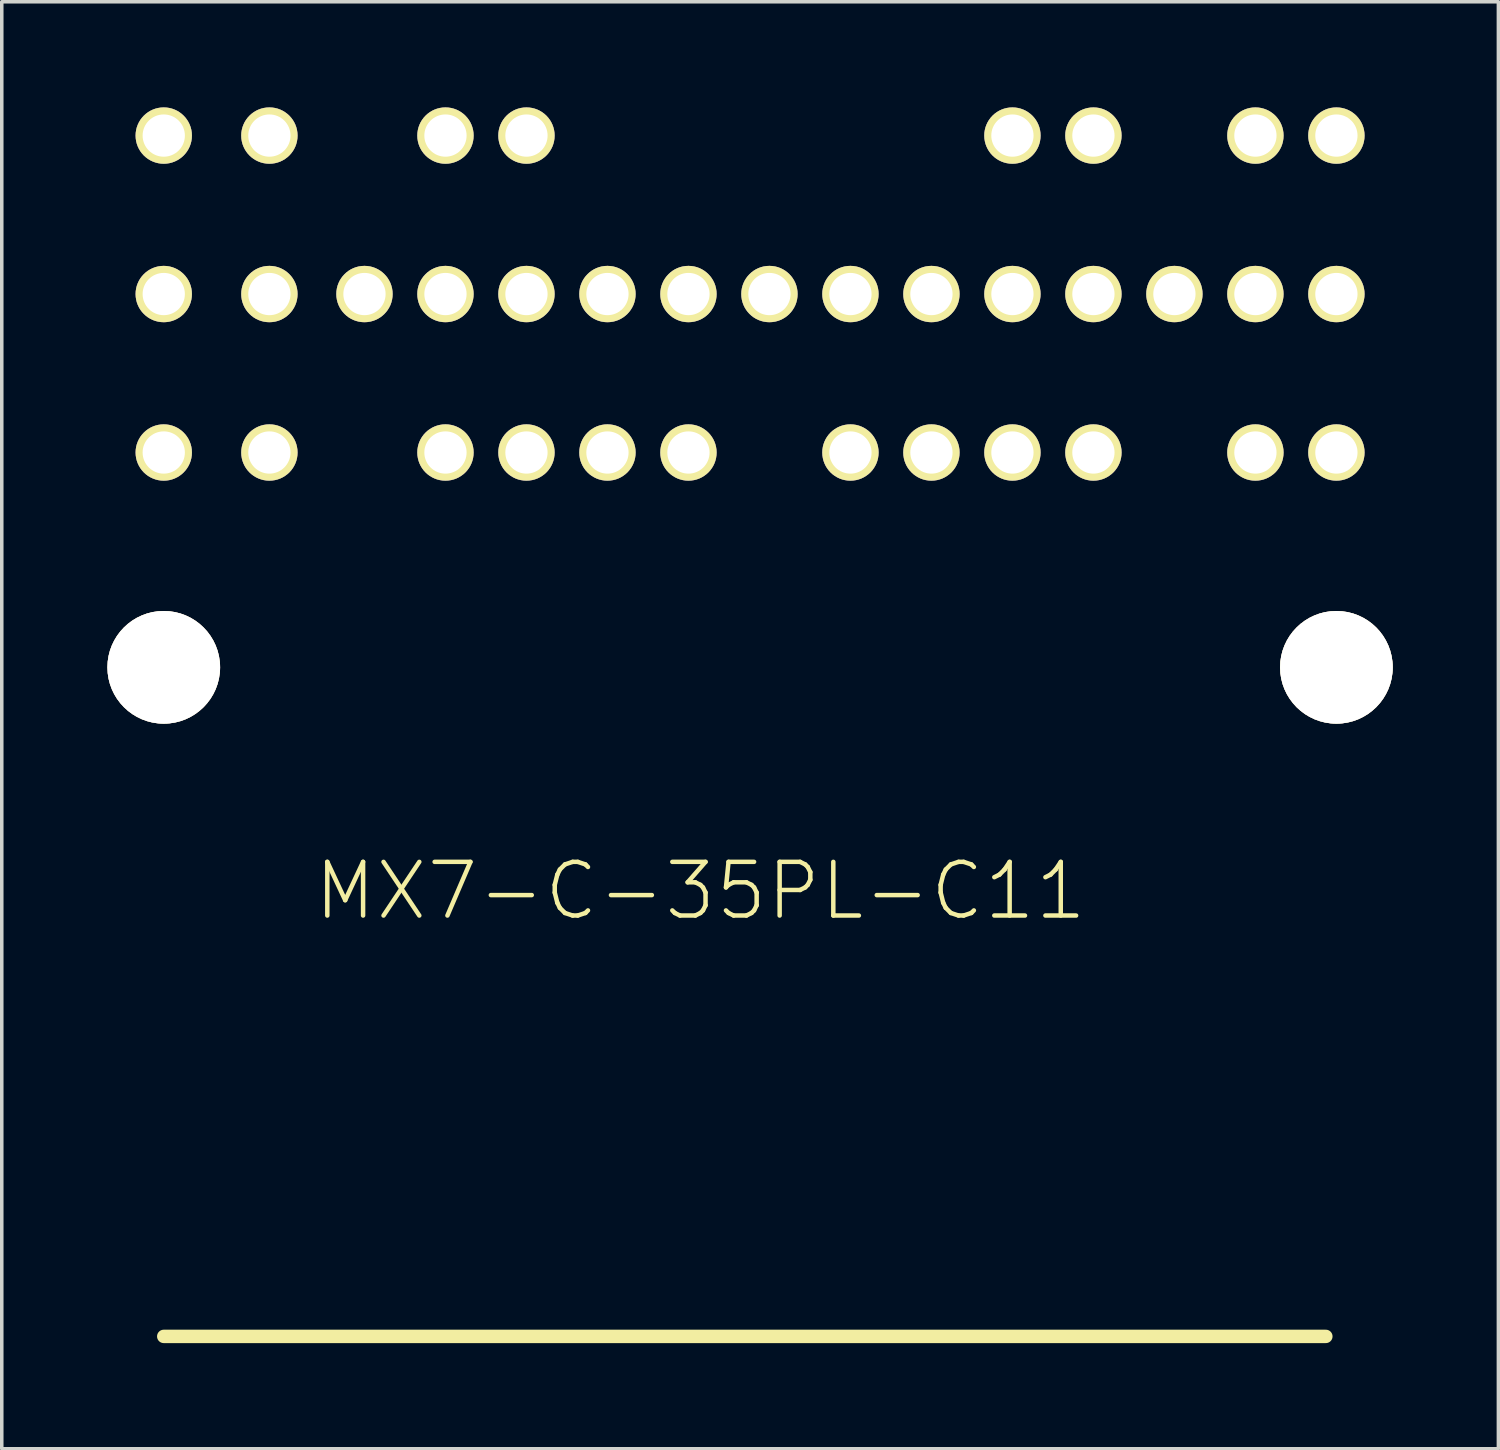
<source format=kicad_pcb>
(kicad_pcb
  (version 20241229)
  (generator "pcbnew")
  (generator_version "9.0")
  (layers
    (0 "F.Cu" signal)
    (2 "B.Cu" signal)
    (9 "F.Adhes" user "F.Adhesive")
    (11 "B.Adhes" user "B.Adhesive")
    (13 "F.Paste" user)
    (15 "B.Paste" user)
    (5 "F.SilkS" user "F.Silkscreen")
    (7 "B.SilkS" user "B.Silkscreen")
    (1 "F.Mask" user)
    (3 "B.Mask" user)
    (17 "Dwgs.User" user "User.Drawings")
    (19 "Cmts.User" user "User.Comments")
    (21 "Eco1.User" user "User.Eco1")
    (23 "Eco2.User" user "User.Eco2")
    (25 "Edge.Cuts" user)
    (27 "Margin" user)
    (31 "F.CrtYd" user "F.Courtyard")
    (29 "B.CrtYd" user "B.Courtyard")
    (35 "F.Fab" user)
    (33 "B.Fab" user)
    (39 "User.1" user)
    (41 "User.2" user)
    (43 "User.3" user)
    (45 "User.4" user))
  (footprint "MX7-C-35PL-C11"
    (layer "F.Cu")
    (at 1.6 15.9)
    (property "Reference" "MX7-C-35PL-C11" (at 15.24 6.35 0) (layer "F.SilkS") (effects (font (size 1.524 1.524) (thickness 0.127))))
    (attr through_hole)
    (fp_line (start 0 19) (end 33 19) (stroke (width 0.381) (type solid)) (layer "F.SilkS"))
    (pad "" thru_hole circle (at 0 0) (size 3.2 3.2) (drill 3.2) (layers "*.Cu" "*.Mask" "F.SilkS"))
    (pad "" thru_hole circle (at 33.3 0) (size 3.2 3.2) (drill 3.2) (layers "*.Cu" "*.Mask" "F.SilkS"))
    (pad "1" thru_hole circle (at 0 -15.1) (size 1.6 1.6) (drill 1.2) (layers "*.Cu" "*.Mask" "F.SilkS"))
    (pad "2" thru_hole circle (at 3 -15.1) (size 1.6 1.6) (drill 1.2) (layers "*.Cu" "*.Mask" "F.SilkS"))
    (pad "3" thru_hole circle (at 8 -15.1) (size 1.6 1.6) (drill 1.2) (layers "*.Cu" "*.Mask" "F.SilkS"))
    (pad "4" thru_hole circle (at 10.3 -15.1) (size 1.6 1.6) (drill 1.2) (layers "*.Cu" "*.Mask" "F.SilkS"))
    (pad "5" thru_hole circle (at 24.1 -15.1) (size 1.6 1.6) (drill 1.2) (layers "*.Cu" "*.Mask" "F.SilkS"))
    (pad "6" thru_hole circle (at 26.4 -15.1) (size 1.6 1.6) (drill 1.2) (layers "*.Cu" "*.Mask" "F.SilkS"))
    (pad "7" thru_hole circle (at 31 -15.1) (size 1.6 1.6) (drill 1.2) (layers "*.Cu" "*.Mask" "F.SilkS"))
    (pad "8" thru_hole circle (at 33.3 -15.1) (size 1.6 1.6) (drill 1.2) (layers "*.Cu" "*.Mask" "F.SilkS"))
    (pad "9" thru_hole circle (at 0 -10.6) (size 1.6 1.6) (drill 1.2) (layers "*.Cu" "*.Mask" "F.SilkS"))
    (pad "10" thru_hole circle (at 3 -10.6) (size 1.6 1.6) (drill 1.2) (layers "*.Cu" "*.Mask" "F.SilkS"))
    (pad "11" thru_hole circle (at 5.7 -10.6) (size 1.6 1.6) (drill 1.2) (layers "*.Cu" "*.Mask" "F.SilkS"))
    (pad "12" thru_hole circle (at 8 -10.6) (size 1.6 1.6) (drill 1.2) (layers "*.Cu" "*.Mask" "F.SilkS"))
    (pad "13" thru_hole circle (at 10.3 -10.6) (size 1.6 1.6) (drill 1.2) (layers "*.Cu" "*.Mask" "F.SilkS"))
    (pad "14" thru_hole circle (at 12.6 -10.6) (size 1.6 1.6) (drill 1.2) (layers "*.Cu" "*.Mask" "F.SilkS"))
    (pad "15" thru_hole circle (at 14.9 -10.6) (size 1.6 1.6) (drill 1.2) (layers "*.Cu" "*.Mask" "F.SilkS"))
    (pad "16" thru_hole circle (at 17.2 -10.6) (size 1.6 1.6) (drill 1.2) (layers "*.Cu" "*.Mask" "F.SilkS"))
    (pad "17" thru_hole circle (at 19.5 -10.6) (size 1.6 1.6) (drill 1.2) (layers "*.Cu" "*.Mask" "F.SilkS"))
    (pad "18" thru_hole circle (at 21.8 -10.6) (size 1.6 1.6) (drill 1.2) (layers "*.Cu" "*.Mask" "F.SilkS"))
    (pad "19" thru_hole circle (at 24.1 -10.6) (size 1.6 1.6) (drill 1.2) (layers "*.Cu" "*.Mask" "F.SilkS"))
    (pad "20" thru_hole circle (at 26.4 -10.6) (size 1.6 1.6) (drill 1.2) (layers "*.Cu" "*.Mask" "F.SilkS"))
    (pad "21" thru_hole circle (at 28.7 -10.6) (size 1.6 1.6) (drill 1.2) (layers "*.Cu" "*.Mask" "F.SilkS"))
    (pad "22" thru_hole circle (at 31 -10.6) (size 1.6 1.6) (drill 1.2) (layers "*.Cu" "*.Mask" "F.SilkS"))
    (pad "23" thru_hole circle (at 33.3 -10.6) (size 1.6 1.6) (drill 1.2) (layers "*.Cu" "*.Mask" "F.SilkS"))
    (pad "24" thru_hole circle (at 0 -6.1) (size 1.6 1.6) (drill 1.2) (layers "*.Cu" "*.Mask" "F.SilkS"))
    (pad "25" thru_hole circle (at 3 -6.1) (size 1.6 1.6) (drill 1.2) (layers "*.Cu" "*.Mask" "F.SilkS"))
    (pad "26" thru_hole circle (at 8 -6.1) (size 1.6 1.6) (drill 1.2) (layers "*.Cu" "*.Mask" "F.SilkS"))
    (pad "27" thru_hole circle (at 10.3 -6.1) (size 1.6 1.6) (drill 1.2) (layers "*.Cu" "*.Mask" "F.SilkS"))
    (pad "28" thru_hole circle (at 12.6 -6.1) (size 1.6 1.6) (drill 1.2) (layers "*.Cu" "*.Mask" "F.SilkS"))
    (pad "29" thru_hole circle (at 14.9 -6.1) (size 1.6 1.6) (drill 1.2) (layers "*.Cu" "*.Mask" "F.SilkS"))
    (pad "30" thru_hole circle (at 19.5 -6.1) (size 1.6 1.6) (drill 1.2) (layers "*.Cu" "*.Mask" "F.SilkS"))
    (pad "31" thru_hole circle (at 21.8 -6.1) (size 1.6 1.6) (drill 1.2) (layers "*.Cu" "*.Mask" "F.SilkS"))
    (pad "32" thru_hole circle (at 24.1 -6.1) (size 1.6 1.6) (drill 1.2) (layers "*.Cu" "*.Mask" "F.SilkS"))
    (pad "33" thru_hole circle (at 26.4 -6.1) (size 1.6 1.6) (drill 1.2) (layers "*.Cu" "*.Mask" "F.SilkS"))
    (pad "34" thru_hole circle (at 31 -6.1) (size 1.6 1.6) (drill 1.2) (layers "*.Cu" "*.Mask" "F.SilkS"))
    (pad "35" thru_hole circle (at 33.3 -6.1) (size 1.6 1.6) (drill 1.2) (layers "*.Cu" "*.Mask" "F.SilkS")))
  (gr_rect
    (start -3 -3)
    (end 39.5 38.09)
    (stroke (width 0.1) (type default))
    (fill no)
    (layer "Edge.Cuts")))
</source>
